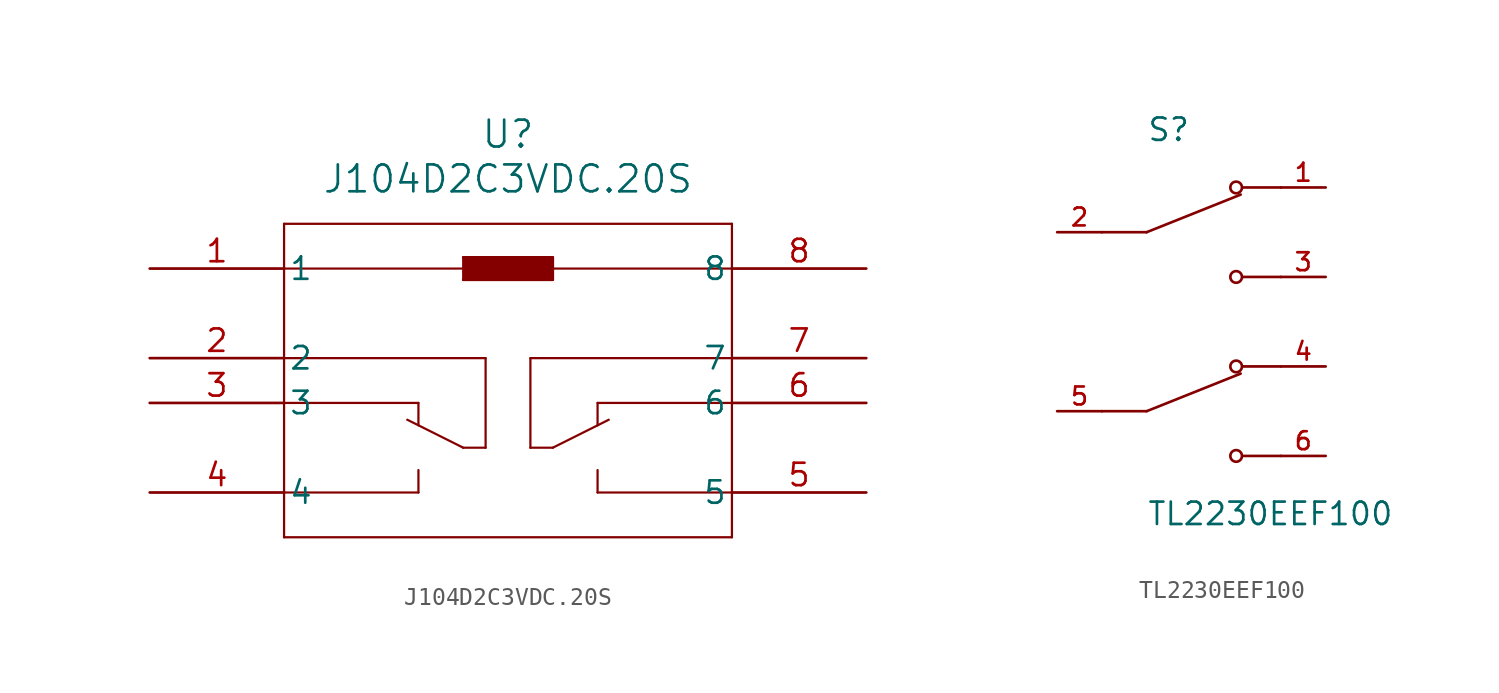
<source format=kicad_sym>
(kicad_symbol_lib
  (version 20241209)
  (generator "kicad_symbol_editor")
  (generator_version "9.0")
  (symbol "J104D2C3VDC.20S"
    (pin_names
      (offset 0.254))
    (property "Reference" "U"
      (at 0 12.7 0)
      (effects (font (size 1.524 1.524))))
    (property "Value" "J104D2C3VDC.20S"
      (at 0 10.16 0)
      (effects (font (size 1.524 1.524))))
    (symbol "J104D2C3VDC.20S_0_1"
      (polyline (pts (xy -12.7 7.62) (xy -12.7 -10.16)) (stroke (width 0.127) (type default)) (fill (type none)))
      (polyline (pts (xy -12.7 5.08) (xy 12.7 5.08)) (stroke (width 0.127) (type default)) (fill (type none)))
      (polyline (pts (xy -12.7 0) (xy -1.27 0)) (stroke (width 0.127) (type default)) (fill (type none)))
      (polyline (pts (xy -12.7 -2.54) (xy -5.08 -2.54)) (stroke (width 0.127) (type default)) (fill (type none)))
      (polyline (pts (xy -12.7 -7.62) (xy -5.08 -7.62)) (stroke (width 0.127) (type default)) (fill (type none)))
      (polyline (pts (xy -12.7 -10.16) (xy 12.7 -10.16)) (stroke (width 0.127) (type default)) (fill (type none)))
      (polyline (pts (xy -5.08 -3.81) (xy -5.08 -2.54)) (stroke (width 0.127) (type default)) (fill (type none)))
      (polyline (pts (xy -5.08 -7.62) (xy -5.08 -6.35)) (stroke (width 0.127) (type default)) (fill (type none)))
      (polyline (pts (xy -2.54 5.715) (xy -2.54 4.445)) (stroke (width 0.127) (type default)) (fill (type none)))
      (polyline (pts (xy -2.54 5.715) (xy 2.54 5.715)) (stroke (width 0.127) (type default)) (fill (type none)))
      (polyline (pts (xy -2.54 5.715) (xy 2.54 5.715) (xy 2.54 4.445) (xy -2.54 4.445)) (stroke (width 0) (type default)) (fill (type outline)))
      (polyline (pts (xy -2.54 -5.08) (xy -5.715 -3.493)) (stroke (width 0.127) (type default)) (fill (type none)))
      (polyline (pts (xy -1.27 0) (xy -1.27 -5.08)) (stroke (width 0.127) (type default)) (fill (type none)))
      (polyline (pts (xy -1.27 -5.08) (xy -2.54 -5.08)) (stroke (width 0.127) (type default)) (fill (type none)))
      (polyline (pts (xy 1.27 0) (xy 1.27 -5.08)) (stroke (width 0.127) (type default)) (fill (type none)))
      (polyline (pts (xy 1.27 -5.08) (xy 2.54 -5.08)) (stroke (width 0.127) (type default)) (fill (type none)))
      (polyline (pts (xy 2.54 4.445) (xy -2.54 4.445)) (stroke (width 0.127) (type default)) (fill (type none)))
      (polyline (pts (xy 2.54 4.445) (xy 2.54 5.715)) (stroke (width 0.127) (type default)) (fill (type none)))
      (polyline (pts (xy 2.54 -5.08) (xy 5.715 -3.493)) (stroke (width 0.127) (type default)) (fill (type none)))
      (polyline (pts (xy 5.08 -3.81) (xy 5.08 -2.54)) (stroke (width 0.127) (type default)) (fill (type none)))
      (polyline (pts (xy 5.08 -7.62) (xy 5.08 -6.35)) (stroke (width 0.127) (type default)) (fill (type none)))
      (polyline (pts (xy 5.08 -7.62) (xy 12.7 -7.62)) (stroke (width 0.127) (type default)) (fill (type none)))
      (polyline (pts (xy 12.7 7.62) (xy -12.7 7.62)) (stroke (width 0.127) (type default)) (fill (type none)))
      (polyline (pts (xy 12.7 0) (xy 1.27 0)) (stroke (width 0.127) (type default)) (fill (type none)))
      (polyline (pts (xy 12.7 -2.54) (xy 5.08 -2.54)) (stroke (width 0.127) (type default)) (fill (type none)))
      (polyline (pts (xy 12.7 -10.16) (xy 12.7 7.62)) (stroke (width 0.127) (type default)) (fill (type none)))
      (pin passive line (at -20.32 5.08 0) (length 7.62) (name "1" (effects (font (size 1.27 1.27)))) (number "1" (effects (font (size 1.27 1.27)))))
      (pin passive line (at -20.32 0 0) (length 7.62) (name "2" (effects (font (size 1.27 1.27)))) (number "2" (effects (font (size 1.27 1.27))))))
    (symbol "J104D2C3VDC.20S_1_1"
      (pin passive line (at -20.32 -2.54 0) (length 7.62) (name "3" (effects (font (size 1.27 1.27)))) (number "3" (effects (font (size 1.27 1.27)))))
      (pin passive line (at -20.32 -7.62 0) (length 7.62) (name "4" (effects (font (size 1.27 1.27)))) (number "4" (effects (font (size 1.27 1.27)))))
      (pin passive line (at 20.32 5.08 180) (length 7.62) (name "8" (effects (font (size 1.27 1.27)))) (number "8" (effects (font (size 1.27 1.27)))))
      (pin passive line (at 20.32 0 180) (length 7.62) (name "7" (effects (font (size 1.27 1.27)))) (number "7" (effects (font (size 1.27 1.27)))))
      (pin passive line (at 20.32 -2.54 180) (length 7.62) (name "6" (effects (font (size 1.27 1.27)))) (number "6" (effects (font (size 1.27 1.27)))))
      (pin passive line (at 20.32 -7.62 180) (length 7.62) (name "5" (effects (font (size 1.27 1.27)))) (number "5" (effects (font (size 1.27 1.27)))))))
  (symbol "TL2230EEF100"
    (pin_names
      (offset 1.016))
    (property "Reference" "S"
      (at -2.54 10.16 0)
      (effects (font (size 1.27 1.27)) (justify left bottom)))
    (property "Value" "TL2230EEF100"
      (at -2.54 -10.16 0)
      (effects (font (size 1.27 1.27)) (justify left top)))
    (symbol "TL2230EEF100_0_0"
      (polyline (pts (xy -2.54 5.08) (xy -5.08 5.08)) (stroke (width 0.152) (type default)) (fill (type none)))
      (polyline (pts (xy -2.54 5.08) (xy 2.794 7.214)) (stroke (width 0.152) (type default)) (fill (type none)))
      (polyline (pts (xy -2.54 -5.08) (xy -5.08 -5.08)) (stroke (width 0.152) (type default)) (fill (type none)))
      (polyline (pts (xy -2.54 -5.08) (xy 2.794 -2.946)) (stroke (width 0.152) (type default)) (fill (type none)))
      (circle (center 2.54 7.62) (radius 0.33) (stroke (width 0.152) (type default)) (fill (type none)))
      (circle (center 2.54 2.54) (radius 0.33) (stroke (width 0.152) (type default)) (fill (type none)))
      (circle (center 2.54 -2.54) (radius 0.33) (stroke (width 0.152) (type default)) (fill (type none)))
      (circle (center 2.54 -7.62) (radius 0.33) (stroke (width 0.152) (type default)) (fill (type none)))
      (polyline (pts (xy 5.08 7.62) (xy 2.921 7.62)) (stroke (width 0.152) (type default)) (fill (type none)))
      (polyline (pts (xy 5.08 2.54) (xy 2.921 2.54)) (stroke (width 0.152) (type default)) (fill (type none)))
      (polyline (pts (xy 5.08 -2.54) (xy 2.921 -2.54)) (stroke (width 0.152) (type default)) (fill (type none)))
      (polyline (pts (xy 5.08 -7.62) (xy 2.921 -7.62)) (stroke (width 0.152) (type default)) (fill (type none)))
      (pin passive line (at -7.62 5.08 0) (length 2.54) (name "~" (effects (font (size 1.016 1.016)))) (number "2" (effects (font (size 1.016 1.016)))))
      (pin passive line (at -7.62 -5.08 0) (length 2.54) (name "~" (effects (font (size 1.016 1.016)))) (number "5" (effects (font (size 1.016 1.016)))))
      (pin passive line (at 7.62 7.62 180) (length 2.54) (name "~" (effects (font (size 1.016 1.016)))) (number "1" (effects (font (size 1.016 1.016)))))
      (pin passive line (at 7.62 2.54 180) (length 2.54) (name "~" (effects (font (size 1.016 1.016)))) (number "3" (effects (font (size 1.016 1.016)))))
      (pin passive line (at 7.62 -2.54 180) (length 2.54) (name "~" (effects (font (size 1.016 1.016)))) (number "4" (effects (font (size 1.016 1.016)))))
      (pin passive line (at 7.62 -7.62 180) (length 2.54) (name "~" (effects (font (size 1.016 1.016)))) (number "6" (effects (font (size 1.016 1.016))))))))
</source>
